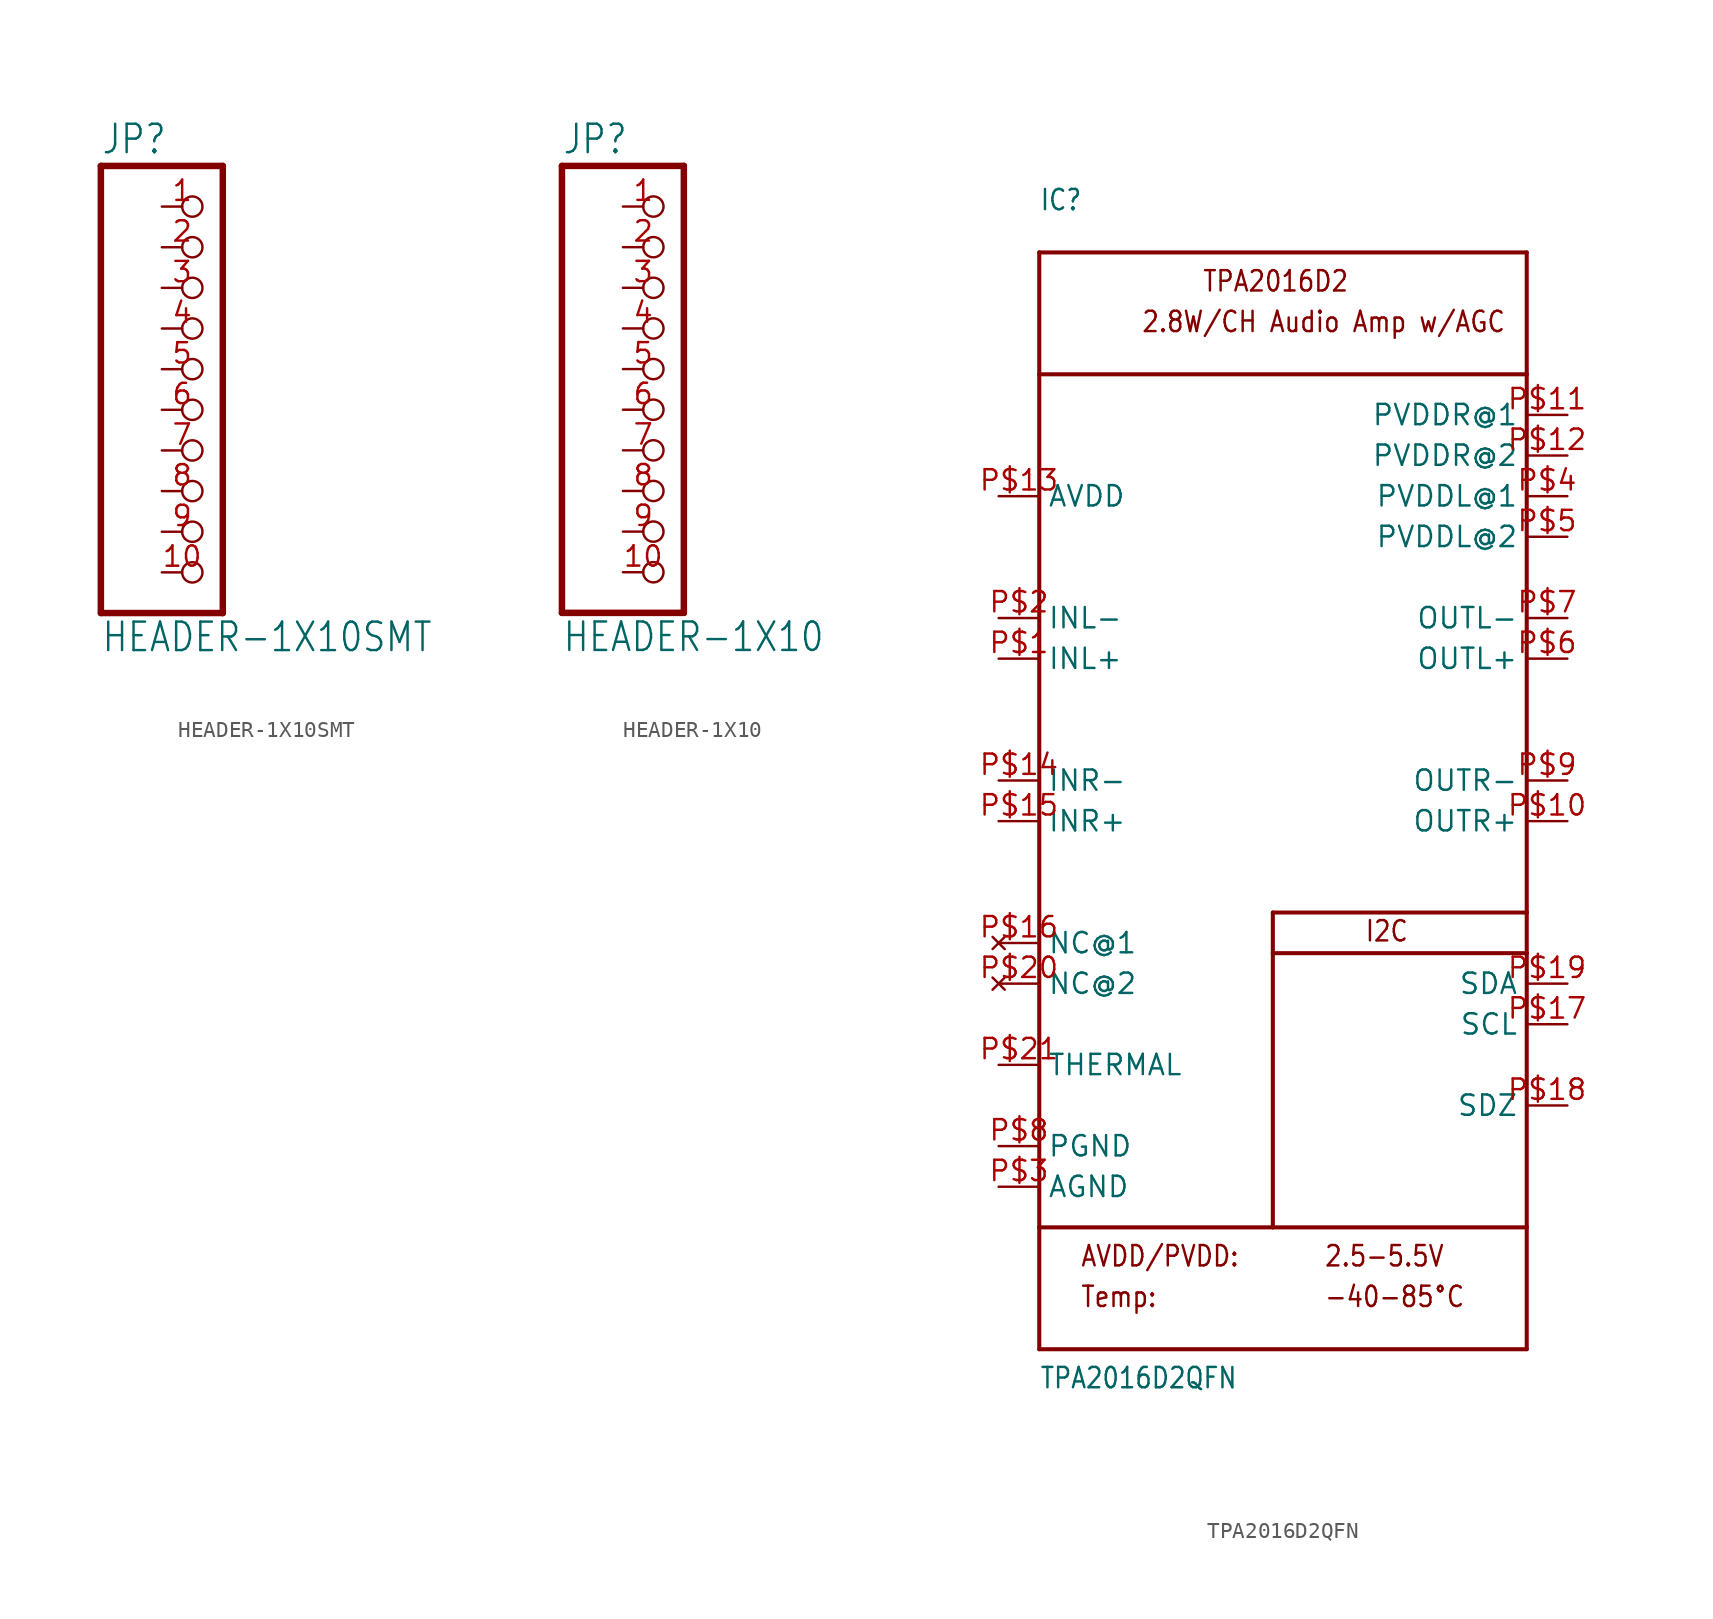
<source format=kicad_sym>
(kicad_symbol_lib
  (version 20211014)
  (generator kicad_symbol_editor)
  (symbol "HEADER-1X10SMT"
    (property "Reference" "JP"
      (at -6.35 13.335 0)
      (effects (font (size 1.778 1.511)) (justify left bottom)))
    (property "Value" "HEADER-1X10SMT"
      (at -6.35 -17.78 0)
      (effects (font (size 1.778 1.511)) (justify left bottom)))
    (property "ki_locked" ""
      (at 0 0 0)
      (effects (font (size 1.27 1.27))))
    (symbol "HEADER-1X10SMT_1_0"
      (polyline (pts (xy -6.35 -15.24) (xy 1.27 -15.24)) (stroke (width 0.406) (type default) (color 0 0 0 0)) (fill (type none)))
      (polyline (pts (xy -6.35 12.7) (xy -6.35 -15.24)) (stroke (width 0.406) (type default) (color 0 0 0 0)) (fill (type none)))
      (polyline (pts (xy 1.27 -15.24) (xy 1.27 12.7)) (stroke (width 0.406) (type default) (color 0 0 0 0)) (fill (type none)))
      (polyline (pts (xy 1.27 12.7) (xy -6.35 12.7)) (stroke (width 0.406) (type default) (color 0 0 0 0)) (fill (type none)))
      (pin passive inverted (at -2.54 10.16 0) (length 2.54) (name "1" (effects (font (size 0 0)))) (number "1" (effects (font (size 1.27 1.27)))))
      (pin passive inverted (at -2.54 -12.7 0) (length 2.54) (name "10" (effects (font (size 0 0)))) (number "10" (effects (font (size 1.27 1.27)))))
      (pin passive inverted (at -2.54 7.62 0) (length 2.54) (name "2" (effects (font (size 0 0)))) (number "2" (effects (font (size 1.27 1.27)))))
      (pin passive inverted (at -2.54 5.08 0) (length 2.54) (name "3" (effects (font (size 0 0)))) (number "3" (effects (font (size 1.27 1.27)))))
      (pin passive inverted (at -2.54 2.54 0) (length 2.54) (name "4" (effects (font (size 0 0)))) (number "4" (effects (font (size 1.27 1.27)))))
      (pin passive inverted (at -2.54 0 0) (length 2.54) (name "5" (effects (font (size 0 0)))) (number "5" (effects (font (size 1.27 1.27)))))
      (pin passive inverted (at -2.54 -2.54 0) (length 2.54) (name "6" (effects (font (size 0 0)))) (number "6" (effects (font (size 1.27 1.27)))))
      (pin passive inverted (at -2.54 -5.08 0) (length 2.54) (name "7" (effects (font (size 0 0)))) (number "7" (effects (font (size 1.27 1.27)))))
      (pin passive inverted (at -2.54 -7.62 0) (length 2.54) (name "8" (effects (font (size 0 0)))) (number "8" (effects (font (size 1.27 1.27)))))
      (pin passive inverted (at -2.54 -10.16 0) (length 2.54) (name "9" (effects (font (size 0 0)))) (number "9" (effects (font (size 1.27 1.27)))))))
  (symbol "HEADER-1X10"
    (property "Reference" "JP"
      (at -6.35 13.335 0)
      (effects (font (size 1.778 1.511)) (justify left bottom)))
    (property "Value" "HEADER-1X10"
      (at -6.35 -17.78 0)
      (effects (font (size 1.778 1.511)) (justify left bottom)))
    (property "ki_locked" ""
      (at 0 0 0)
      (effects (font (size 1.27 1.27))))
    (symbol "HEADER-1X10_1_0"
      (polyline (pts (xy -6.35 -15.24) (xy 1.27 -15.24)) (stroke (width 0.406) (type default) (color 0 0 0 0)) (fill (type none)))
      (polyline (pts (xy -6.35 12.7) (xy -6.35 -15.24)) (stroke (width 0.406) (type default) (color 0 0 0 0)) (fill (type none)))
      (polyline (pts (xy 1.27 -15.24) (xy 1.27 12.7)) (stroke (width 0.406) (type default) (color 0 0 0 0)) (fill (type none)))
      (polyline (pts (xy 1.27 12.7) (xy -6.35 12.7)) (stroke (width 0.406) (type default) (color 0 0 0 0)) (fill (type none)))
      (pin passive inverted (at -2.54 10.16 0) (length 2.54) (name "1" (effects (font (size 0 0)))) (number "1" (effects (font (size 1.27 1.27)))))
      (pin passive inverted (at -2.54 -12.7 0) (length 2.54) (name "10" (effects (font (size 0 0)))) (number "10" (effects (font (size 1.27 1.27)))))
      (pin passive inverted (at -2.54 7.62 0) (length 2.54) (name "2" (effects (font (size 0 0)))) (number "2" (effects (font (size 1.27 1.27)))))
      (pin passive inverted (at -2.54 5.08 0) (length 2.54) (name "3" (effects (font (size 0 0)))) (number "3" (effects (font (size 1.27 1.27)))))
      (pin passive inverted (at -2.54 2.54 0) (length 2.54) (name "4" (effects (font (size 0 0)))) (number "4" (effects (font (size 1.27 1.27)))))
      (pin passive inverted (at -2.54 0 0) (length 2.54) (name "5" (effects (font (size 0 0)))) (number "5" (effects (font (size 1.27 1.27)))))
      (pin passive inverted (at -2.54 -2.54 0) (length 2.54) (name "6" (effects (font (size 0 0)))) (number "6" (effects (font (size 1.27 1.27)))))
      (pin passive inverted (at -2.54 -5.08 0) (length 2.54) (name "7" (effects (font (size 0 0)))) (number "7" (effects (font (size 1.27 1.27)))))
      (pin passive inverted (at -2.54 -7.62 0) (length 2.54) (name "8" (effects (font (size 0 0)))) (number "8" (effects (font (size 1.27 1.27)))))
      (pin passive inverted (at -2.54 -10.16 0) (length 2.54) (name "9" (effects (font (size 0 0)))) (number "9" (effects (font (size 1.27 1.27)))))))
  (symbol "TPA2016D2QFN"
    (property "Reference" "IC"
      (at -15.24 33.02 0)
      (effects (font (size 1.27 1.079)) (justify left bottom)))
    (property "Value" "TPA2016D2QFN"
      (at -15.24 -40.64 0)
      (effects (font (size 1.27 1.079)) (justify left bottom)))
    (property "ki_locked" ""
      (at 0 0 0)
      (effects (font (size 1.27 1.27))))
    (symbol "TPA2016D2QFN_1_0"
      (polyline (pts (xy -15.24 -38.1) (xy -15.24 -30.48)) (stroke (width 0.254) (type default) (color 0 0 0 0)) (fill (type none)))
      (polyline (pts (xy -15.24 -30.48) (xy -15.24 22.86)) (stroke (width 0.254) (type default) (color 0 0 0 0)) (fill (type none)))
      (polyline (pts (xy -15.24 22.86) (xy 15.24 22.86)) (stroke (width 0.254) (type default) (color 0 0 0 0)) (fill (type none)))
      (polyline (pts (xy -15.24 30.48) (xy -15.24 22.86)) (stroke (width 0.254) (type default) (color 0 0 0 0)) (fill (type none)))
      (polyline (pts (xy -15.24 30.48) (xy 15.24 30.48)) (stroke (width 0.254) (type default) (color 0 0 0 0)) (fill (type none)))
      (polyline (pts (xy -0.635 -30.48) (xy -15.24 -30.48)) (stroke (width 0.254) (type default) (color 0 0 0 0)) (fill (type none)))
      (polyline (pts (xy -0.635 -13.335) (xy -0.635 -30.48)) (stroke (width 0.254) (type default) (color 0 0 0 0)) (fill (type none)))
      (polyline (pts (xy -0.635 -13.335) (xy 15.24 -13.335)) (stroke (width 0.254) (type default) (color 0 0 0 0)) (fill (type none)))
      (polyline (pts (xy -0.635 -10.795) (xy -0.635 -13.335)) (stroke (width 0.254) (type default) (color 0 0 0 0)) (fill (type none)))
      (polyline (pts (xy 15.24 -38.1) (xy -15.24 -38.1)) (stroke (width 0.254) (type default) (color 0 0 0 0)) (fill (type none)))
      (polyline (pts (xy 15.24 -38.1) (xy 15.24 -30.48)) (stroke (width 0.254) (type default) (color 0 0 0 0)) (fill (type none)))
      (polyline (pts (xy 15.24 -30.48) (xy -0.635 -30.48)) (stroke (width 0.254) (type default) (color 0 0 0 0)) (fill (type none)))
      (polyline (pts (xy 15.24 -13.335) (xy 15.24 -30.48)) (stroke (width 0.254) (type default) (color 0 0 0 0)) (fill (type none)))
      (polyline (pts (xy 15.24 -10.795) (xy -0.635 -10.795)) (stroke (width 0.254) (type default) (color 0 0 0 0)) (fill (type none)))
      (polyline (pts (xy 15.24 -10.795) (xy 15.24 -13.335)) (stroke (width 0.254) (type default) (color 0 0 0 0)) (fill (type none)))
      (polyline (pts (xy 15.24 22.86) (xy 15.24 -10.795)) (stroke (width 0.254) (type default) (color 0 0 0 0)) (fill (type none)))
      (polyline (pts (xy 15.24 30.48) (xy 15.24 22.86)) (stroke (width 0.254) (type default) (color 0 0 0 0)) (fill (type none)))
      (text "-40-85°C" (at 2.54 -35.56 0) (effects (font (size 1.27 1.079)) (justify left bottom)))
      (text "2.5-5.5V" (at 2.54 -33.02 0) (effects (font (size 1.27 1.079)) (justify left bottom)))
      (text "2.8W/CH Audio Amp w/AGC" (at -8.89 25.4 0) (effects (font (size 1.27 1.079)) (justify left bottom)))
      (text "AVDD/PVDD:" (at -12.7 -33.02 0) (effects (font (size 1.27 1.079)) (justify left bottom)))
      (text "I2C" (at 5.08 -12.7 0) (effects (font (size 1.27 1.079)) (justify left bottom)))
      (text "Temp:" (at -12.7 -35.56 0) (effects (font (size 1.27 1.079)) (justify left bottom)))
      (text "TPA2016D2" (at -5.08 27.94 0) (effects (font (size 1.27 1.079)) (justify left bottom)))
      (pin input line (at -17.78 5.08 0) (length 2.54) (name "INL+" (effects (font (size 1.27 1.27)))) (number "P$1" (effects (font (size 1.27 1.27)))))
      (pin output line (at 17.78 -5.08 180) (length 2.54) (name "OUTR+" (effects (font (size 1.27 1.27)))) (number "P$10" (effects (font (size 1.27 1.27)))))
      (pin power_in line (at 17.78 20.32 180) (length 2.54) (name "PVDDR@1" (effects (font (size 1.27 1.27)))) (number "P$11" (effects (font (size 1.27 1.27)))))
      (pin power_in line (at 17.78 17.78 180) (length 2.54) (name "PVDDR@2" (effects (font (size 1.27 1.27)))) (number "P$12" (effects (font (size 1.27 1.27)))))
      (pin power_in line (at -17.78 15.24 0) (length 2.54) (name "AVDD" (effects (font (size 1.27 1.27)))) (number "P$13" (effects (font (size 1.27 1.27)))))
      (pin input line (at -17.78 -2.54 0) (length 2.54) (name "INR-" (effects (font (size 1.27 1.27)))) (number "P$14" (effects (font (size 1.27 1.27)))))
      (pin input line (at -17.78 -5.08 0) (length 2.54) (name "INR+" (effects (font (size 1.27 1.27)))) (number "P$15" (effects (font (size 1.27 1.27)))))
      (pin no_connect line (at -17.78 -12.7 0) (length 2.54) (name "NC@1" (effects (font (size 1.27 1.27)))) (number "P$16" (effects (font (size 1.27 1.27)))))
      (pin bidirectional line (at 17.78 -17.78 180) (length 2.54) (name "SCL" (effects (font (size 1.27 1.27)))) (number "P$17" (effects (font (size 1.27 1.27)))))
      (pin input line (at 17.78 -22.86 180) (length 2.54) (name "SDZ" (effects (font (size 1.27 1.27)))) (number "P$18" (effects (font (size 1.27 1.27)))))
      (pin bidirectional line (at 17.78 -15.24 180) (length 2.54) (name "SDA" (effects (font (size 1.27 1.27)))) (number "P$19" (effects (font (size 1.27 1.27)))))
      (pin input line (at -17.78 7.62 0) (length 2.54) (name "INL-" (effects (font (size 1.27 1.27)))) (number "P$2" (effects (font (size 1.27 1.27)))))
      (pin no_connect line (at -17.78 -15.24 0) (length 2.54) (name "NC@2" (effects (font (size 1.27 1.27)))) (number "P$20" (effects (font (size 1.27 1.27)))))
      (pin bidirectional line (at -17.78 -20.32 0) (length 2.54) (name "THERMAL" (effects (font (size 1.27 1.27)))) (number "P$21" (effects (font (size 1.27 1.27)))))
      (pin power_in line (at -17.78 -27.94 0) (length 2.54) (name "AGND" (effects (font (size 1.27 1.27)))) (number "P$3" (effects (font (size 1.27 1.27)))))
      (pin power_in line (at 17.78 15.24 180) (length 2.54) (name "PVDDL@1" (effects (font (size 1.27 1.27)))) (number "P$4" (effects (font (size 1.27 1.27)))))
      (pin power_in line (at 17.78 12.7 180) (length 2.54) (name "PVDDL@2" (effects (font (size 1.27 1.27)))) (number "P$5" (effects (font (size 1.27 1.27)))))
      (pin output line (at 17.78 5.08 180) (length 2.54) (name "OUTL+" (effects (font (size 1.27 1.27)))) (number "P$6" (effects (font (size 1.27 1.27)))))
      (pin output line (at 17.78 7.62 180) (length 2.54) (name "OUTL-" (effects (font (size 1.27 1.27)))) (number "P$7" (effects (font (size 1.27 1.27)))))
      (pin power_in line (at -17.78 -25.4 0) (length 2.54) (name "PGND" (effects (font (size 1.27 1.27)))) (number "P$8" (effects (font (size 1.27 1.27)))))
      (pin output line (at 17.78 -2.54 180) (length 2.54) (name "OUTR-" (effects (font (size 1.27 1.27)))) (number "P$9" (effects (font (size 1.27 1.27))))))))
</source>
